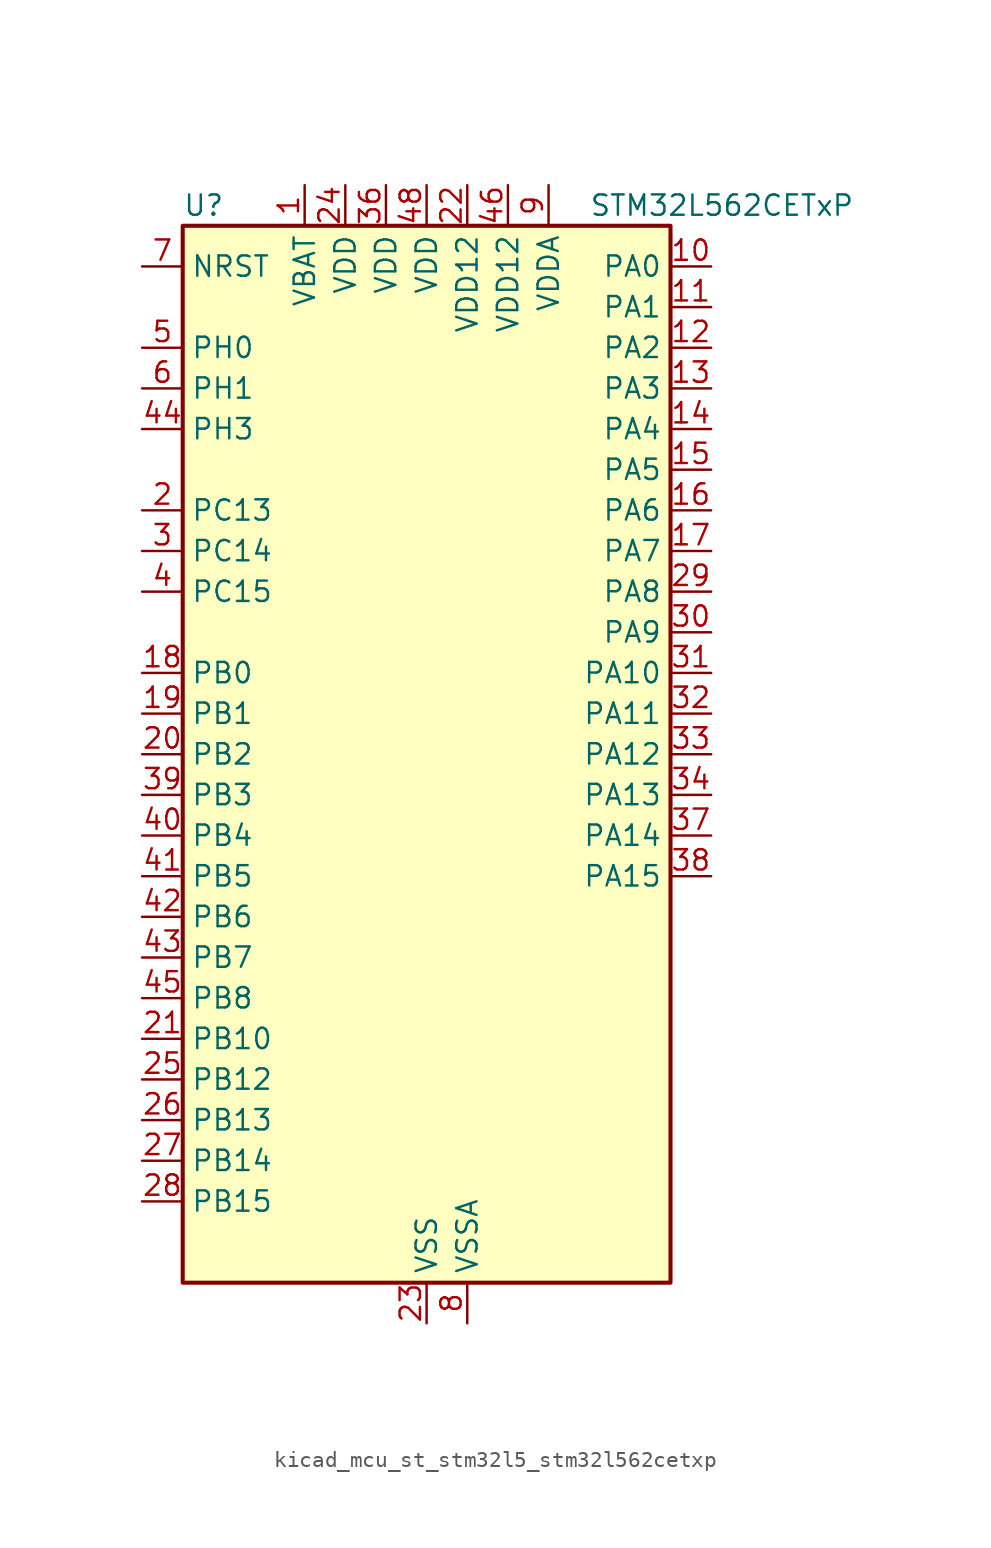
<source format=kicad_sym>
(kicad_symbol_lib
  (version 20220914)
  (generator kicad_symbol_editor)
  (symbol "kicad_mcu_st_stm32l5_stm32l562cetxp"
    (property "Reference" "U"
      (at -15.24 34.29 0)
      (effects (font (size 1.27 1.27)) (justify left)))
    (property "Value" "STM32L562CETxP"
      (at 10.16 34.29 0)
      (effects (font (size 1.27 1.27)) (justify left)))
    (property "ki_locked" ""
      (at 0 0 0)
      (effects (font (size 1.27 1.27))))
    (symbol "kicad_mcu_st_stm32l5_stm32l562cetxp_0_1"
      (rectangle (start -15.24 -33.02) (end 15.24 33.02) (stroke (width 0.254) (type default)) (fill (type background))))
    (symbol "kicad_mcu_st_stm32l5_stm32l562cetxp_1_1"
      (pin power_in line (at -7.62 35.56 270) (length 2.54) (name "VBAT" (effects (font (size 1.27 1.27)))) (number "1" (effects (font (size 1.27 1.27)))))
      (pin bidirectional line (at 17.78 30.48 180) (length 2.54) (name "PA0" (effects (font (size 1.27 1.27)))) (number "10" (effects (font (size 1.27 1.27)))) (alternate "ADC1_IN5" bidirectional line) (alternate "ADC2_IN5" bidirectional line) (alternate "OPAMP1_VINP" bidirectional line) (alternate "PWR_WKUP1" bidirectional line) (alternate "SAI1_EXTCLK" bidirectional line) (alternate "TAMP_IN2" bidirectional line) (alternate "TAMP_OUT1" bidirectional line) (alternate "TIM2_CH1" bidirectional line) (alternate "TIM2_ETR" bidirectional line) (alternate "TIM5_CH1" bidirectional line) (alternate "TIM8_ETR" bidirectional line) (alternate "UART4_TX" bidirectional line) (alternate "USART2_CTS" bidirectional line) (alternate "USART2_NSS" bidirectional line))
      (pin bidirectional line (at 17.78 27.94 180) (length 2.54) (name "PA1" (effects (font (size 1.27 1.27)))) (number "11" (effects (font (size 1.27 1.27)))) (alternate "ADC1_IN6" bidirectional line) (alternate "ADC2_IN6" bidirectional line) (alternate "I2C1_SMBA" bidirectional line) (alternate "OCTOSPI1_DQS" bidirectional line) (alternate "OPAMP1_VINM" bidirectional line) (alternate "SPI1_SCK" bidirectional line) (alternate "TAMP_IN5" bidirectional line) (alternate "TAMP_OUT4" bidirectional line) (alternate "TIM15_CH1N" bidirectional line) (alternate "TIM2_CH2" bidirectional line) (alternate "TIM5_CH2" bidirectional line) (alternate "UART4_RX" bidirectional line) (alternate "USART2_DE" bidirectional line) (alternate "USART2_RTS" bidirectional line))
      (pin bidirectional line (at 17.78 25.4 180) (length 2.54) (name "PA2" (effects (font (size 1.27 1.27)))) (number "12" (effects (font (size 1.27 1.27)))) (alternate "ADC1_IN7" bidirectional line) (alternate "ADC2_IN7" bidirectional line) (alternate "COMP1_INP" bidirectional line) (alternate "LPUART1_TX" bidirectional line) (alternate "OCTOSPI1_NCS" bidirectional line) (alternate "PWR_WKUP4" bidirectional line) (alternate "RCC_LSCO" bidirectional line) (alternate "SAI2_EXTCLK" bidirectional line) (alternate "TIM15_CH1" bidirectional line) (alternate "TIM2_CH3" bidirectional line) (alternate "TIM5_CH3" bidirectional line) (alternate "UCPD1_FRSTX1" bidirectional line) (alternate "USART2_TX" bidirectional line))
      (pin bidirectional line (at 17.78 22.86 180) (length 2.54) (name "PA3" (effects (font (size 1.27 1.27)))) (number "13" (effects (font (size 1.27 1.27)))) (alternate "ADC1_IN8" bidirectional line) (alternate "ADC2_IN8" bidirectional line) (alternate "LPUART1_RX" bidirectional line) (alternate "OCTOSPI1_CLK" bidirectional line) (alternate "OPAMP1_VOUT" bidirectional line) (alternate "SAI1_CK1" bidirectional line) (alternate "SAI1_MCLK_A" bidirectional line) (alternate "TIM15_CH2" bidirectional line) (alternate "TIM2_CH4" bidirectional line) (alternate "TIM5_CH4" bidirectional line) (alternate "USART2_RX" bidirectional line))
      (pin bidirectional line (at 17.78 20.32 180) (length 2.54) (name "PA4" (effects (font (size 1.27 1.27)))) (number "14" (effects (font (size 1.27 1.27)))) (alternate "ADC1_IN9" bidirectional line) (alternate "ADC2_IN9" bidirectional line) (alternate "DAC1_OUT1" bidirectional line) (alternate "LPTIM2_OUT" bidirectional line) (alternate "OCTOSPI1_NCS" bidirectional line) (alternate "SAI1_FS_B" bidirectional line) (alternate "SPI1_NSS" bidirectional line) (alternate "SPI3_NSS" bidirectional line) (alternate "USART2_CK" bidirectional line))
      (pin bidirectional line (at 17.78 17.78 180) (length 2.54) (name "PA5" (effects (font (size 1.27 1.27)))) (number "15" (effects (font (size 1.27 1.27)))) (alternate "ADC1_IN10" bidirectional line) (alternate "ADC2_IN10" bidirectional line) (alternate "DAC1_OUT2" bidirectional line) (alternate "LPTIM2_ETR" bidirectional line) (alternate "SPI1_SCK" bidirectional line) (alternate "TIM2_CH1" bidirectional line) (alternate "TIM2_ETR" bidirectional line) (alternate "TIM8_CH1N" bidirectional line))
      (pin bidirectional line (at 17.78 15.24 180) (length 2.54) (name "PA6" (effects (font (size 1.27 1.27)))) (number "16" (effects (font (size 1.27 1.27)))) (alternate "ADC1_IN11" bidirectional line) (alternate "ADC2_IN11" bidirectional line) (alternate "LPUART1_CTS" bidirectional line) (alternate "OCTOSPI1_IO3" bidirectional line) (alternate "OPAMP2_VINP" bidirectional line) (alternate "SPI1_MISO" bidirectional line) (alternate "TIM16_CH1" bidirectional line) (alternate "TIM1_BKIN" bidirectional line) (alternate "TIM3_CH1" bidirectional line) (alternate "TIM8_BKIN" bidirectional line) (alternate "USART3_CTS" bidirectional line) (alternate "USART3_NSS" bidirectional line))
      (pin bidirectional line (at 17.78 12.7 180) (length 2.54) (name "PA7" (effects (font (size 1.27 1.27)))) (number "17" (effects (font (size 1.27 1.27)))) (alternate "ADC1_IN12" bidirectional line) (alternate "ADC2_IN12" bidirectional line) (alternate "I2C3_SCL" bidirectional line) (alternate "OCTOSPI1_IO2" bidirectional line) (alternate "OPAMP2_VINM" bidirectional line) (alternate "SPI1_MOSI" bidirectional line) (alternate "TIM17_CH1" bidirectional line) (alternate "TIM1_CH1N" bidirectional line) (alternate "TIM3_CH2" bidirectional line) (alternate "TIM8_CH1N" bidirectional line))
      (pin bidirectional line (at -17.78 5.08 0) (length 2.54) (name "PB0" (effects (font (size 1.27 1.27)))) (number "18" (effects (font (size 1.27 1.27)))) (alternate "ADC1_IN15" bidirectional line) (alternate "ADC2_IN15" bidirectional line) (alternate "COMP1_OUT" bidirectional line) (alternate "OCTOSPI1_IO1" bidirectional line) (alternate "OPAMP2_VOUT" bidirectional line) (alternate "SAI1_EXTCLK" bidirectional line) (alternate "SPI1_NSS" bidirectional line) (alternate "TIM1_CH2N" bidirectional line) (alternate "TIM3_CH3" bidirectional line) (alternate "TIM8_CH2N" bidirectional line) (alternate "USART3_CK" bidirectional line))
      (pin bidirectional line (at -17.78 2.54 0) (length 2.54) (name "PB1" (effects (font (size 1.27 1.27)))) (number "19" (effects (font (size 1.27 1.27)))) (alternate "ADC1_IN16" bidirectional line) (alternate "ADC2_IN16" bidirectional line) (alternate "COMP1_INM" bidirectional line) (alternate "DFSDM1_DATIN0" bidirectional line) (alternate "LPTIM2_IN1" bidirectional line) (alternate "LPUART1_DE" bidirectional line) (alternate "LPUART1_RTS" bidirectional line) (alternate "OCTOSPI1_IO0" bidirectional line) (alternate "TIM1_CH3N" bidirectional line) (alternate "TIM3_CH4" bidirectional line) (alternate "TIM8_CH3N" bidirectional line) (alternate "USART3_DE" bidirectional line) (alternate "USART3_RTS" bidirectional line))
      (pin bidirectional line (at -17.78 15.24 0) (length 2.54) (name "PC13" (effects (font (size 1.27 1.27)))) (number "2" (effects (font (size 1.27 1.27)))) (alternate "PWR_WKUP2" bidirectional line) (alternate "RTC_OUT1" bidirectional line) (alternate "RTC_TS" bidirectional line) (alternate "TAMP_IN1" bidirectional line) (alternate "TAMP_OUT2" bidirectional line))
      (pin bidirectional line (at -17.78 0 0) (length 2.54) (name "PB2" (effects (font (size 1.27 1.27)))) (number "20" (effects (font (size 1.27 1.27)))) (alternate "COMP1_INP" bidirectional line) (alternate "DFSDM1_CKIN0" bidirectional line) (alternate "I2C3_SMBA" bidirectional line) (alternate "LPTIM1_OUT" bidirectional line) (alternate "OCTOSPI1_DQS" bidirectional line) (alternate "RTC_OUT2" bidirectional line) (alternate "UCPD1_FRSTX1" bidirectional line))
      (pin bidirectional line (at -17.78 -17.78 0) (length 2.54) (name "PB10" (effects (font (size 1.27 1.27)))) (number "21" (effects (font (size 1.27 1.27)))) (alternate "COMP1_OUT" bidirectional line) (alternate "I2C2_SCL" bidirectional line) (alternate "I2C4_SCL" bidirectional line) (alternate "LPTIM3_OUT" bidirectional line) (alternate "LPUART1_RX" bidirectional line) (alternate "OCTOSPI1_CLK" bidirectional line) (alternate "SAI1_SCK_A" bidirectional line) (alternate "SPI2_SCK" bidirectional line) (alternate "TIM2_CH3" bidirectional line) (alternate "TSC_SYNC" bidirectional line) (alternate "USART3_TX" bidirectional line))
      (pin power_in line (at 2.54 35.56 270) (length 2.54) (name "VDD12" (effects (font (size 1.27 1.27)))) (number "22" (effects (font (size 1.27 1.27)))))
      (pin power_in line (at 0 -35.56 90) (length 2.54) (name "VSS" (effects (font (size 1.27 1.27)))) (number "23" (effects (font (size 1.27 1.27)))))
      (pin power_in line (at -5.08 35.56 270) (length 2.54) (name "VDD" (effects (font (size 1.27 1.27)))) (number "24" (effects (font (size 1.27 1.27)))))
      (pin bidirectional line (at -17.78 -20.32 0) (length 2.54) (name "PB12" (effects (font (size 1.27 1.27)))) (number "25" (effects (font (size 1.27 1.27)))) (alternate "DFSDM1_DATIN1" bidirectional line) (alternate "I2C2_SMBA" bidirectional line) (alternate "LPUART1_DE" bidirectional line) (alternate "LPUART1_RTS" bidirectional line) (alternate "OCTOSPI1_NCLK" bidirectional line) (alternate "SAI2_FS_A" bidirectional line) (alternate "SPI2_NSS" bidirectional line) (alternate "TIM15_BKIN" bidirectional line) (alternate "TIM1_BKIN" bidirectional line) (alternate "TSC_G1_IO1" bidirectional line) (alternate "USART3_CK" bidirectional line))
      (pin bidirectional line (at -17.78 -22.86 0) (length 2.54) (name "PB13" (effects (font (size 1.27 1.27)))) (number "26" (effects (font (size 1.27 1.27)))) (alternate "DFSDM1_CKIN1" bidirectional line) (alternate "I2C2_SCL" bidirectional line) (alternate "LPTIM3_IN1" bidirectional line) (alternate "LPUART1_CTS" bidirectional line) (alternate "SAI2_SCK_A" bidirectional line) (alternate "SPI2_SCK" bidirectional line) (alternate "TIM15_CH1N" bidirectional line) (alternate "TIM1_CH1N" bidirectional line) (alternate "TSC_G1_IO2" bidirectional line) (alternate "UCPD1_FRSTX2" bidirectional line) (alternate "USART3_CTS" bidirectional line) (alternate "USART3_NSS" bidirectional line))
      (pin bidirectional line (at -17.78 -25.4 0) (length 2.54) (name "PB14" (effects (font (size 1.27 1.27)))) (number "27" (effects (font (size 1.27 1.27)))) (alternate "DFSDM1_DATIN2" bidirectional line) (alternate "I2C2_SDA" bidirectional line) (alternate "LPTIM3_ETR" bidirectional line) (alternate "SAI2_MCLK_A" bidirectional line) (alternate "SPI2_MISO" bidirectional line) (alternate "TIM15_CH1" bidirectional line) (alternate "TIM1_CH2N" bidirectional line) (alternate "TIM8_CH2N" bidirectional line) (alternate "TSC_G1_IO3" bidirectional line) (alternate "UCPD1_DBCC2" bidirectional line) (alternate "USART3_DE" bidirectional line) (alternate "USART3_RTS" bidirectional line))
      (pin bidirectional line (at -17.78 -27.94 0) (length 2.54) (name "PB15" (effects (font (size 1.27 1.27)))) (number "28" (effects (font (size 1.27 1.27)))) (alternate "ADC1_EXTI15" bidirectional line) (alternate "ADC2_EXTI15" bidirectional line) (alternate "DFSDM1_CKIN2" bidirectional line) (alternate "RTC_REFIN" bidirectional line) (alternate "SAI2_SD_A" bidirectional line) (alternate "SPI2_MOSI" bidirectional line) (alternate "TIM15_CH2" bidirectional line) (alternate "TIM1_CH3N" bidirectional line) (alternate "TIM8_CH3N" bidirectional line) (alternate "UCPD1_CC2" bidirectional line))
      (pin bidirectional line (at 17.78 10.16 180) (length 2.54) (name "PA8" (effects (font (size 1.27 1.27)))) (number "29" (effects (font (size 1.27 1.27)))) (alternate "LPTIM2_OUT" bidirectional line) (alternate "RCC_MCO" bidirectional line) (alternate "SAI1_CK2" bidirectional line) (alternate "SAI1_SCK_A" bidirectional line) (alternate "TIM1_CH1" bidirectional line) (alternate "USART1_CK" bidirectional line))
      (pin bidirectional line (at -17.78 12.7 0) (length 2.54) (name "PC14" (effects (font (size 1.27 1.27)))) (number "3" (effects (font (size 1.27 1.27)))) (alternate "RCC_OSC32_IN" bidirectional line))
      (pin bidirectional line (at 17.78 7.62 180) (length 2.54) (name "PA9" (effects (font (size 1.27 1.27)))) (number "30" (effects (font (size 1.27 1.27)))) (alternate "DAC1_EXTI9" bidirectional line) (alternate "SAI1_FS_A" bidirectional line) (alternate "SPI2_SCK" bidirectional line) (alternate "TIM15_BKIN" bidirectional line) (alternate "TIM1_CH2" bidirectional line) (alternate "USART1_TX" bidirectional line))
      (pin bidirectional line (at 17.78 5.08 180) (length 2.54) (name "PA10" (effects (font (size 1.27 1.27)))) (number "31" (effects (font (size 1.27 1.27)))) (alternate "CRS_SYNC" bidirectional line) (alternate "SAI1_D1" bidirectional line) (alternate "SAI1_SD_A" bidirectional line) (alternate "TIM17_BKIN" bidirectional line) (alternate "TIM1_CH3" bidirectional line) (alternate "USART1_RX" bidirectional line))
      (pin bidirectional line (at 17.78 2.54 180) (length 2.54) (name "PA11" (effects (font (size 1.27 1.27)))) (number "32" (effects (font (size 1.27 1.27)))) (alternate "ADC1_EXTI11" bidirectional line) (alternate "ADC2_EXTI11" bidirectional line) (alternate "FDCAN1_RX" bidirectional line) (alternate "SPI1_MISO" bidirectional line) (alternate "TIM1_BKIN2" bidirectional line) (alternate "TIM1_CH4" bidirectional line) (alternate "USART1_CTS" bidirectional line) (alternate "USART1_NSS" bidirectional line) (alternate "USB_DM" bidirectional line))
      (pin bidirectional line (at 17.78 0 180) (length 2.54) (name "PA12" (effects (font (size 1.27 1.27)))) (number "33" (effects (font (size 1.27 1.27)))) (alternate "FDCAN1_TX" bidirectional line) (alternate "SPI1_MOSI" bidirectional line) (alternate "TIM1_ETR" bidirectional line) (alternate "USART1_DE" bidirectional line) (alternate "USART1_RTS" bidirectional line) (alternate "USB_DP" bidirectional line))
      (pin bidirectional line (at 17.78 -2.54 180) (length 2.54) (name "PA13" (effects (font (size 1.27 1.27)))) (number "34" (effects (font (size 1.27 1.27)))) (alternate "DEBUG_JTMS-SWDIO" bidirectional line) (alternate "IR_OUT" bidirectional line) (alternate "SAI1_SD_B" bidirectional line) (alternate "USB_NOE" bidirectional line))
      (pin passive line (at 0 -35.56 90) (length 2.54) hide (name "VSS" (effects (font (size 1.27 1.27)))) (number "35" (effects (font (size 1.27 1.27)))))
      (pin power_in line (at -2.54 35.56 270) (length 2.54) (name "VDD" (effects (font (size 1.27 1.27)))) (number "36" (effects (font (size 1.27 1.27)))))
      (pin bidirectional line (at 17.78 -5.08 180) (length 2.54) (name "PA14" (effects (font (size 1.27 1.27)))) (number "37" (effects (font (size 1.27 1.27)))) (alternate "DEBUG_JTCK-SWCLK" bidirectional line) (alternate "I2C1_SMBA" bidirectional line) (alternate "I2C4_SMBA" bidirectional line) (alternate "LPTIM1_OUT" bidirectional line) (alternate "SAI1_FS_B" bidirectional line))
      (pin bidirectional line (at 17.78 -7.62 180) (length 2.54) (name "PA15" (effects (font (size 1.27 1.27)))) (number "38" (effects (font (size 1.27 1.27)))) (alternate "ADC1_EXTI15" bidirectional line) (alternate "ADC2_EXTI15" bidirectional line) (alternate "DEBUG_JTDI" bidirectional line) (alternate "SAI2_FS_B" bidirectional line) (alternate "SPI1_NSS" bidirectional line) (alternate "SPI3_NSS" bidirectional line) (alternate "TIM2_CH1" bidirectional line) (alternate "TIM2_ETR" bidirectional line) (alternate "UART4_DE" bidirectional line) (alternate "UART4_RTS" bidirectional line) (alternate "UCPD1_CC1" bidirectional line) (alternate "USART2_RX" bidirectional line) (alternate "USART3_DE" bidirectional line) (alternate "USART3_RTS" bidirectional line))
      (pin bidirectional line (at -17.78 -2.54 0) (length 2.54) (name "PB3" (effects (font (size 1.27 1.27)))) (number "39" (effects (font (size 1.27 1.27)))) (alternate "COMP2_INM" bidirectional line) (alternate "CRS_SYNC" bidirectional line) (alternate "DEBUG_JTDO-SWO" bidirectional line) (alternate "SAI1_SCK_B" bidirectional line) (alternate "SPI1_SCK" bidirectional line) (alternate "SPI3_SCK" bidirectional line) (alternate "TIM2_CH2" bidirectional line) (alternate "USART1_DE" bidirectional line) (alternate "USART1_RTS" bidirectional line))
      (pin bidirectional line (at -17.78 10.16 0) (length 2.54) (name "PC15" (effects (font (size 1.27 1.27)))) (number "4" (effects (font (size 1.27 1.27)))) (alternate "ADC1_EXTI15" bidirectional line) (alternate "ADC2_EXTI15" bidirectional line) (alternate "RCC_OSC32_OUT" bidirectional line))
      (pin bidirectional line (at -17.78 -5.08 0) (length 2.54) (name "PB4" (effects (font (size 1.27 1.27)))) (number "40" (effects (font (size 1.27 1.27)))) (alternate "COMP2_INP" bidirectional line) (alternate "DEBUG_JTRST" bidirectional line) (alternate "I2C3_SDA" bidirectional line) (alternate "SAI1_MCLK_B" bidirectional line) (alternate "SPI1_MISO" bidirectional line) (alternate "SPI3_MISO" bidirectional line) (alternate "TIM17_BKIN" bidirectional line) (alternate "TIM3_CH1" bidirectional line) (alternate "TSC_G2_IO1" bidirectional line) (alternate "USART1_CTS" bidirectional line) (alternate "USART1_NSS" bidirectional line))
      (pin bidirectional line (at -17.78 -7.62 0) (length 2.54) (name "PB5" (effects (font (size 1.27 1.27)))) (number "41" (effects (font (size 1.27 1.27)))) (alternate "COMP2_OUT" bidirectional line) (alternate "I2C1_SMBA" bidirectional line) (alternate "LPTIM1_IN1" bidirectional line) (alternate "OCTOSPI1_NCLK" bidirectional line) (alternate "SAI1_SD_B" bidirectional line) (alternate "SPI1_MOSI" bidirectional line) (alternate "SPI3_MOSI" bidirectional line) (alternate "TIM16_BKIN" bidirectional line) (alternate "TIM3_CH2" bidirectional line) (alternate "TSC_G2_IO2" bidirectional line) (alternate "UCPD1_DBCC1" bidirectional line) (alternate "USART1_CK" bidirectional line))
      (pin bidirectional line (at -17.78 -10.16 0) (length 2.54) (name "PB6" (effects (font (size 1.27 1.27)))) (number "42" (effects (font (size 1.27 1.27)))) (alternate "COMP2_INP" bidirectional line) (alternate "I2C1_SCL" bidirectional line) (alternate "I2C4_SCL" bidirectional line) (alternate "LPTIM1_ETR" bidirectional line) (alternate "SAI1_FS_B" bidirectional line) (alternate "TIM16_CH1N" bidirectional line) (alternate "TIM4_CH1" bidirectional line) (alternate "TIM8_BKIN2" bidirectional line) (alternate "TSC_G2_IO3" bidirectional line) (alternate "USART1_TX" bidirectional line))
      (pin bidirectional line (at -17.78 -12.7 0) (length 2.54) (name "PB7" (effects (font (size 1.27 1.27)))) (number "43" (effects (font (size 1.27 1.27)))) (alternate "COMP2_INM" bidirectional line) (alternate "I2C1_SDA" bidirectional line) (alternate "I2C4_SDA" bidirectional line) (alternate "LPTIM1_IN2" bidirectional line) (alternate "PWR_PVD_IN" bidirectional line) (alternate "TIM17_CH1N" bidirectional line) (alternate "TIM4_CH2" bidirectional line) (alternate "TIM8_BKIN" bidirectional line) (alternate "TSC_G2_IO4" bidirectional line) (alternate "UART4_CTS" bidirectional line) (alternate "USART1_RX" bidirectional line))
      (pin bidirectional line (at -17.78 20.32 0) (length 2.54) (name "PH3" (effects (font (size 1.27 1.27)))) (number "44" (effects (font (size 1.27 1.27)))))
      (pin bidirectional line (at -17.78 -15.24 0) (length 2.54) (name "PB8" (effects (font (size 1.27 1.27)))) (number "45" (effects (font (size 1.27 1.27)))) (alternate "DFSDM1_CKOUT" bidirectional line) (alternate "FDCAN1_RX" bidirectional line) (alternate "I2C1_SCL" bidirectional line) (alternate "SAI1_CK1" bidirectional line) (alternate "SAI1_MCLK_A" bidirectional line) (alternate "TIM16_CH1" bidirectional line) (alternate "TIM4_CH3" bidirectional line))
      (pin power_in line (at 5.08 35.56 270) (length 2.54) (name "VDD12" (effects (font (size 1.27 1.27)))) (number "46" (effects (font (size 1.27 1.27)))))
      (pin passive line (at 0 -35.56 90) (length 2.54) hide (name "VSS" (effects (font (size 1.27 1.27)))) (number "47" (effects (font (size 1.27 1.27)))))
      (pin power_in line (at 0 35.56 270) (length 2.54) (name "VDD" (effects (font (size 1.27 1.27)))) (number "48" (effects (font (size 1.27 1.27)))))
      (pin bidirectional line (at -17.78 25.4 0) (length 2.54) (name "PH0" (effects (font (size 1.27 1.27)))) (number "5" (effects (font (size 1.27 1.27)))) (alternate "RCC_OSC_IN" bidirectional line))
      (pin bidirectional line (at -17.78 22.86 0) (length 2.54) (name "PH1" (effects (font (size 1.27 1.27)))) (number "6" (effects (font (size 1.27 1.27)))) (alternate "RCC_OSC_OUT" bidirectional line))
      (pin input line (at -17.78 30.48 0) (length 2.54) (name "NRST" (effects (font (size 1.27 1.27)))) (number "7" (effects (font (size 1.27 1.27)))))
      (pin power_in line (at 2.54 -35.56 90) (length 2.54) (name "VSSA" (effects (font (size 1.27 1.27)))) (number "8" (effects (font (size 1.27 1.27)))))
      (pin power_in line (at 7.62 35.56 270) (length 2.54) (name "VDDA" (effects (font (size 1.27 1.27)))) (number "9" (effects (font (size 1.27 1.27))))))))
</source>
